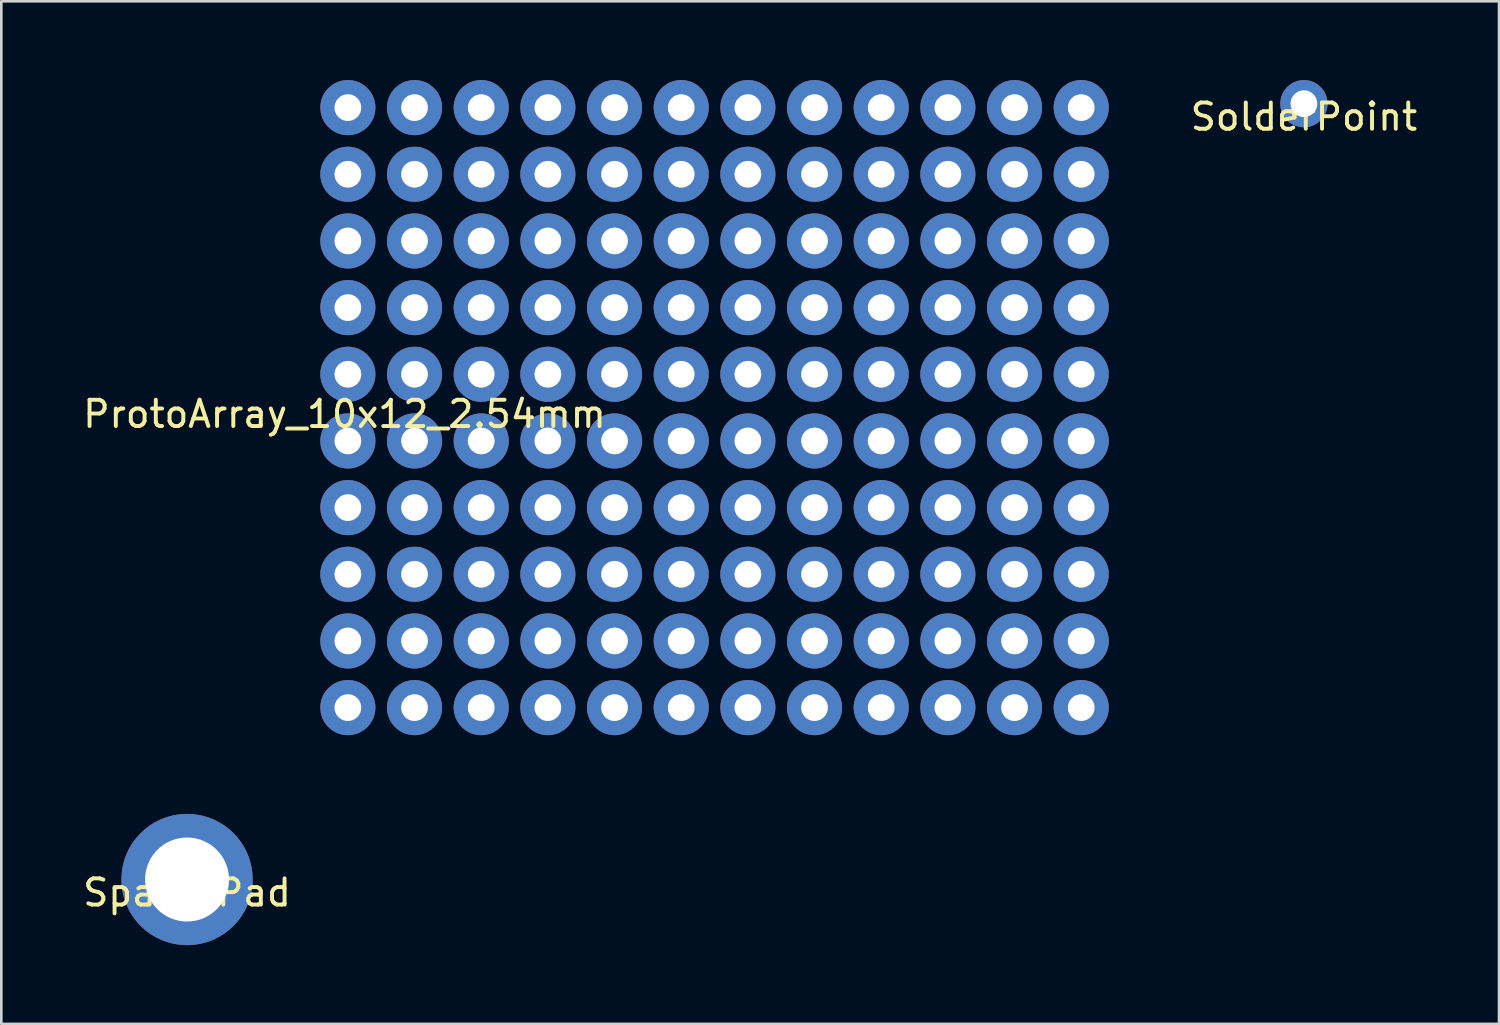
<source format=kicad_pcb>
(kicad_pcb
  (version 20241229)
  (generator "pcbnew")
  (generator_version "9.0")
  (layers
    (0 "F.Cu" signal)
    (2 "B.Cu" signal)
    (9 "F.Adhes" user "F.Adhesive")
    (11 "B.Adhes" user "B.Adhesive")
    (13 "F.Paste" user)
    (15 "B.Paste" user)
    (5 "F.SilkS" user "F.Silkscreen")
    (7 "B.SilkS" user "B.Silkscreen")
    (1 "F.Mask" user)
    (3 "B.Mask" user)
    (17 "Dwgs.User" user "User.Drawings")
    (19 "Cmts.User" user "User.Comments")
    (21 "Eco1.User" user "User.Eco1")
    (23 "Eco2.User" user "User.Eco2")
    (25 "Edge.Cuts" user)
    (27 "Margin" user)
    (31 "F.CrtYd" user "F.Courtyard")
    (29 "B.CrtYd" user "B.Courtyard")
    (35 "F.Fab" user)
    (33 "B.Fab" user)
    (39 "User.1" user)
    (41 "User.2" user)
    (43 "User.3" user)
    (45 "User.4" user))
  (footprint "SolderPoint"
    (layer "F.Cu")
    (at 46.629 0.9)
    (property "Reference" "SolderPoint" (at 0 0.5 0) (layer "F.SilkS") (effects (font (size 1 1) (thickness 0.15))))
    (attr through_hole)
    (pad "1" thru_hole circle (at 0 0) (size 1.8 1.8) (drill 1.02) (layers "*.Cu" "*.Mask")))
  (footprint "ProtoArray_10x12_2.54mm"
    (layer "F.Cu")
    (at 10.077 12.226)
    (property "Reference" "ProtoArray_10x12_2.54mm" (at 0 0.5 0) (layer "F.SilkS") (effects (font (size 1 1) (thickness 0.15))))
    (attr through_hole)
    (pad "1" thru_hole circle (at 0.127 -11.176) (size 2.1 2.1) (drill 1.02) (layers "*.Cu" "*.Mask"))
    (pad "2" thru_hole circle (at 2.667 -11.176) (size 2.1 2.1) (drill 1.02) (layers "*.Cu" "*.Mask"))
    (pad "3" thru_hole circle (at 5.207 -11.176) (size 2.1 2.1) (drill 1.02) (layers "*.Cu" "*.Mask"))
    (pad "4" thru_hole circle (at 7.747 -11.176) (size 2.1 2.1) (drill 1.02) (layers "*.Cu" "*.Mask"))
    (pad "5" thru_hole circle (at 10.287 -11.176) (size 2.1 2.1) (drill 1.02) (layers "*.Cu" "*.Mask"))
    (pad "6" thru_hole circle (at 12.827 -11.176) (size 2.1 2.1) (drill 1.02) (layers "*.Cu" "*.Mask"))
    (pad "7" thru_hole circle (at 15.367 -11.176) (size 2.1 2.1) (drill 1.02) (layers "*.Cu" "*.Mask"))
    (pad "8" thru_hole circle (at 17.907 -11.176) (size 2.1 2.1) (drill 1.02) (layers "*.Cu" "*.Mask"))
    (pad "9" thru_hole circle (at 20.447 -11.176) (size 2.1 2.1) (drill 1.02) (layers "*.Cu" "*.Mask"))
    (pad "10" thru_hole circle (at 22.987 -11.176) (size 2.1 2.1) (drill 1.02) (layers "*.Cu" "*.Mask"))
    (pad "11" thru_hole circle (at 25.527 -11.176) (size 2.1 2.1) (drill 1.02) (layers "*.Cu" "*.Mask"))
    (pad "12" thru_hole circle (at 28.067 -11.176) (size 2.1 2.1) (drill 1.02) (layers "*.Cu" "*.Mask"))
    (pad "13" thru_hole circle (at 0.127 -8.636) (size 2.1 2.1) (drill 1.02) (layers "*.Cu" "*.Mask"))
    (pad "14" thru_hole circle (at 2.667 -8.636) (size 2.1 2.1) (drill 1.02) (layers "*.Cu" "*.Mask"))
    (pad "15" thru_hole circle (at 5.207 -8.636) (size 2.1 2.1) (drill 1.02) (layers "*.Cu" "*.Mask"))
    (pad "16" thru_hole circle (at 7.747 -8.636) (size 2.1 2.1) (drill 1.02) (layers "*.Cu" "*.Mask"))
    (pad "17" thru_hole circle (at 10.287 -8.636) (size 2.1 2.1) (drill 1.02) (layers "*.Cu" "*.Mask"))
    (pad "18" thru_hole circle (at 12.827 -8.636) (size 2.1 2.1) (drill 1.02) (layers "*.Cu" "*.Mask"))
    (pad "19" thru_hole circle (at 15.367 -8.636) (size 2.1 2.1) (drill 1.02) (layers "*.Cu" "*.Mask"))
    (pad "20" thru_hole circle (at 17.907 -8.636) (size 2.1 2.1) (drill 1.02) (layers "*.Cu" "*.Mask"))
    (pad "21" thru_hole circle (at 20.447 -8.636) (size 2.1 2.1) (drill 1.02) (layers "*.Cu" "*.Mask"))
    (pad "22" thru_hole circle (at 22.987 -8.636) (size 2.1 2.1) (drill 1.02) (layers "*.Cu" "*.Mask"))
    (pad "23" thru_hole circle (at 25.527 -8.636) (size 2.1 2.1) (drill 1.02) (layers "*.Cu" "*.Mask"))
    (pad "24" thru_hole circle (at 28.067 -8.636) (size 2.1 2.1) (drill 1.02) (layers "*.Cu" "*.Mask"))
    (pad "25" thru_hole circle (at 0.127 -6.096) (size 2.1 2.1) (drill 1.02) (layers "*.Cu" "*.Mask"))
    (pad "26" thru_hole circle (at 2.667 -6.096) (size 2.1 2.1) (drill 1.02) (layers "*.Cu" "*.Mask"))
    (pad "27" thru_hole circle (at 5.207 -6.096) (size 2.1 2.1) (drill 1.02) (layers "*.Cu" "*.Mask"))
    (pad "28" thru_hole circle (at 7.747 -6.096) (size 2.1 2.1) (drill 1.02) (layers "*.Cu" "*.Mask"))
    (pad "29" thru_hole circle (at 10.287 -6.096) (size 2.1 2.1) (drill 1.02) (layers "*.Cu" "*.Mask"))
    (pad "30" thru_hole circle (at 12.827 -6.096) (size 2.1 2.1) (drill 1.02) (layers "*.Cu" "*.Mask"))
    (pad "31" thru_hole circle (at 15.367 -6.096) (size 2.1 2.1) (drill 1.02) (layers "*.Cu" "*.Mask"))
    (pad "32" thru_hole circle (at 17.907 -6.096) (size 2.1 2.1) (drill 1.02) (layers "*.Cu" "*.Mask"))
    (pad "33" thru_hole circle (at 20.447 -6.096) (size 2.1 2.1) (drill 1.02) (layers "*.Cu" "*.Mask"))
    (pad "34" thru_hole circle (at 22.987 -6.096) (size 2.1 2.1) (drill 1.02) (layers "*.Cu" "*.Mask"))
    (pad "35" thru_hole circle (at 25.527 -6.096) (size 2.1 2.1) (drill 1.02) (layers "*.Cu" "*.Mask"))
    (pad "36" thru_hole circle (at 28.067 -6.096) (size 2.1 2.1) (drill 1.02) (layers "*.Cu" "*.Mask"))
    (pad "37" thru_hole circle (at 0.127 -3.556) (size 2.1 2.1) (drill 1.02) (layers "*.Cu" "*.Mask"))
    (pad "38" thru_hole circle (at 2.667 -3.556) (size 2.1 2.1) (drill 1.02) (layers "*.Cu" "*.Mask"))
    (pad "39" thru_hole circle (at 5.207 -3.556) (size 2.1 2.1) (drill 1.02) (layers "*.Cu" "*.Mask"))
    (pad "40" thru_hole circle (at 7.747 -3.556) (size 2.1 2.1) (drill 1.02) (layers "*.Cu" "*.Mask"))
    (pad "41" thru_hole circle (at 10.287 -3.556) (size 2.1 2.1) (drill 1.02) (layers "*.Cu" "*.Mask"))
    (pad "42" thru_hole circle (at 12.827 -3.556) (size 2.1 2.1) (drill 1.02) (layers "*.Cu" "*.Mask"))
    (pad "43" thru_hole circle (at 15.367 -3.556) (size 2.1 2.1) (drill 1.02) (layers "*.Cu" "*.Mask"))
    (pad "44" thru_hole circle (at 17.907 -3.556) (size 2.1 2.1) (drill 1.02) (layers "*.Cu" "*.Mask"))
    (pad "45" thru_hole circle (at 20.447 -3.556) (size 2.1 2.1) (drill 1.02) (layers "*.Cu" "*.Mask"))
    (pad "46" thru_hole circle (at 22.987 -3.556) (size 2.1 2.1) (drill 1.02) (layers "*.Cu" "*.Mask"))
    (pad "47" thru_hole circle (at 25.527 -3.556) (size 2.1 2.1) (drill 1.02) (layers "*.Cu" "*.Mask"))
    (pad "48" thru_hole circle (at 28.067 -3.556) (size 2.1 2.1) (drill 1.02) (layers "*.Cu" "*.Mask"))
    (pad "49" thru_hole circle (at 0.127 -1.016) (size 2.1 2.1) (drill 1.02) (layers "*.Cu" "*.Mask"))
    (pad "50" thru_hole circle (at 2.667 -1.016) (size 2.1 2.1) (drill 1.02) (layers "*.Cu" "*.Mask"))
    (pad "51" thru_hole circle (at 5.207 -1.016) (size 2.1 2.1) (drill 1.02) (layers "*.Cu" "*.Mask"))
    (pad "52" thru_hole circle (at 7.747 -1.016) (size 2.1 2.1) (drill 1.02) (layers "*.Cu" "*.Mask"))
    (pad "53" thru_hole circle (at 10.287 -1.016) (size 2.1 2.1) (drill 1.02) (layers "*.Cu" "*.Mask"))
    (pad "54" thru_hole circle (at 12.827 -1.016) (size 2.1 2.1) (drill 1.02) (layers "*.Cu" "*.Mask"))
    (pad "55" thru_hole circle (at 15.367 -1.016) (size 2.1 2.1) (drill 1.02) (layers "*.Cu" "*.Mask"))
    (pad "56" thru_hole circle (at 17.907 -1.016) (size 2.1 2.1) (drill 1.02) (layers "*.Cu" "*.Mask"))
    (pad "57" thru_hole circle (at 20.447 -1.016) (size 2.1 2.1) (drill 1.02) (layers "*.Cu" "*.Mask"))
    (pad "58" thru_hole circle (at 22.987 -1.016) (size 2.1 2.1) (drill 1.02) (layers "*.Cu" "*.Mask"))
    (pad "59" thru_hole circle (at 25.527 -1.016) (size 2.1 2.1) (drill 1.02) (layers "*.Cu" "*.Mask"))
    (pad "60" thru_hole circle (at 28.067 -1.016) (size 2.1 2.1) (drill 1.02) (layers "*.Cu" "*.Mask"))
    (pad "61" thru_hole circle (at 0.127 1.524) (size 2.1 2.1) (drill 1.02) (layers "*.Cu" "*.Mask"))
    (pad "62" thru_hole circle (at 2.667 1.524) (size 2.1 2.1) (drill 1.02) (layers "*.Cu" "*.Mask"))
    (pad "63" thru_hole circle (at 5.207 1.524) (size 2.1 2.1) (drill 1.02) (layers "*.Cu" "*.Mask"))
    (pad "64" thru_hole circle (at 7.747 1.524) (size 2.1 2.1) (drill 1.02) (layers "*.Cu" "*.Mask"))
    (pad "65" thru_hole circle (at 10.287 1.524) (size 2.1 2.1) (drill 1.02) (layers "*.Cu" "*.Mask"))
    (pad "66" thru_hole circle (at 12.827 1.524) (size 2.1 2.1) (drill 1.02) (layers "*.Cu" "*.Mask"))
    (pad "67" thru_hole circle (at 15.367 1.524) (size 2.1 2.1) (drill 1.02) (layers "*.Cu" "*.Mask"))
    (pad "68" thru_hole circle (at 17.907 1.524) (size 2.1 2.1) (drill 1.02) (layers "*.Cu" "*.Mask"))
    (pad "69" thru_hole circle (at 20.447 1.524) (size 2.1 2.1) (drill 1.02) (layers "*.Cu" "*.Mask"))
    (pad "70" thru_hole circle (at 22.987 1.524) (size 2.1 2.1) (drill 1.02) (layers "*.Cu" "*.Mask"))
    (pad "71" thru_hole circle (at 25.527 1.524) (size 2.1 2.1) (drill 1.02) (layers "*.Cu" "*.Mask"))
    (pad "72" thru_hole circle (at 28.067 1.524) (size 2.1 2.1) (drill 1.02) (layers "*.Cu" "*.Mask"))
    (pad "73" thru_hole circle (at 0.127 4.064) (size 2.1 2.1) (drill 1.02) (layers "*.Cu" "*.Mask"))
    (pad "74" thru_hole circle (at 2.667 4.064) (size 2.1 2.1) (drill 1.02) (layers "*.Cu" "*.Mask"))
    (pad "75" thru_hole circle (at 5.207 4.064) (size 2.1 2.1) (drill 1.02) (layers "*.Cu" "*.Mask"))
    (pad "76" thru_hole circle (at 7.747 4.064) (size 2.1 2.1) (drill 1.02) (layers "*.Cu" "*.Mask"))
    (pad "77" thru_hole circle (at 10.287 4.064) (size 2.1 2.1) (drill 1.02) (layers "*.Cu" "*.Mask"))
    (pad "78" thru_hole circle (at 12.827 4.064) (size 2.1 2.1) (drill 1.02) (layers "*.Cu" "*.Mask"))
    (pad "79" thru_hole circle (at 15.367 4.064) (size 2.1 2.1) (drill 1.02) (layers "*.Cu" "*.Mask"))
    (pad "80" thru_hole circle (at 17.907 4.064) (size 2.1 2.1) (drill 1.02) (layers "*.Cu" "*.Mask"))
    (pad "81" thru_hole circle (at 20.447 4.064) (size 2.1 2.1) (drill 1.02) (layers "*.Cu" "*.Mask"))
    (pad "82" thru_hole circle (at 22.987 4.064) (size 2.1 2.1) (drill 1.02) (layers "*.Cu" "*.Mask"))
    (pad "83" thru_hole circle (at 25.527 4.064) (size 2.1 2.1) (drill 1.02) (layers "*.Cu" "*.Mask"))
    (pad "84" thru_hole circle (at 28.067 4.064) (size 2.1 2.1) (drill 1.02) (layers "*.Cu" "*.Mask"))
    (pad "85" thru_hole circle (at 0.127 6.604) (size 2.1 2.1) (drill 1.02) (layers "*.Cu" "*.Mask"))
    (pad "86" thru_hole circle (at 2.667 6.604) (size 2.1 2.1) (drill 1.02) (layers "*.Cu" "*.Mask"))
    (pad "87" thru_hole circle (at 5.207 6.604) (size 2.1 2.1) (drill 1.02) (layers "*.Cu" "*.Mask"))
    (pad "88" thru_hole circle (at 7.747 6.604) (size 2.1 2.1) (drill 1.02) (layers "*.Cu" "*.Mask"))
    (pad "89" thru_hole circle (at 10.287 6.604) (size 2.1 2.1) (drill 1.02) (layers "*.Cu" "*.Mask"))
    (pad "90" thru_hole circle (at 12.827 6.604) (size 2.1 2.1) (drill 1.02) (layers "*.Cu" "*.Mask"))
    (pad "91" thru_hole circle (at 15.367 6.604) (size 2.1 2.1) (drill 1.02) (layers "*.Cu" "*.Mask"))
    (pad "92" thru_hole circle (at 17.907 6.604) (size 2.1 2.1) (drill 1.02) (layers "*.Cu" "*.Mask"))
    (pad "93" thru_hole circle (at 20.447 6.604) (size 2.1 2.1) (drill 1.02) (layers "*.Cu" "*.Mask"))
    (pad "94" thru_hole circle (at 22.987 6.604) (size 2.1 2.1) (drill 1.02) (layers "*.Cu" "*.Mask"))
    (pad "95" thru_hole circle (at 25.527 6.604) (size 2.1 2.1) (drill 1.02) (layers "*.Cu" "*.Mask"))
    (pad "96" thru_hole circle (at 28.067 6.604) (size 2.1 2.1) (drill 1.02) (layers "*.Cu" "*.Mask"))
    (pad "97" thru_hole circle (at 0.127 9.144) (size 2.1 2.1) (drill 1.02) (layers "*.Cu" "*.Mask"))
    (pad "98" thru_hole circle (at 2.667 9.144) (size 2.1 2.1) (drill 1.02) (layers "*.Cu" "*.Mask"))
    (pad "99" thru_hole circle (at 5.207 9.144) (size 2.1 2.1) (drill 1.02) (layers "*.Cu" "*.Mask"))
    (pad "100" thru_hole circle (at 7.747 9.144) (size 2.1 2.1) (drill 1.02) (layers "*.Cu" "*.Mask"))
    (pad "101" thru_hole circle (at 10.287 9.144) (size 2.1 2.1) (drill 1.02) (layers "*.Cu" "*.Mask"))
    (pad "102" thru_hole circle (at 12.827 9.144) (size 2.1 2.1) (drill 1.02) (layers "*.Cu" "*.Mask"))
    (pad "103" thru_hole circle (at 15.367 9.144) (size 2.1 2.1) (drill 1.02) (layers "*.Cu" "*.Mask"))
    (pad "104" thru_hole circle (at 17.907 9.144) (size 2.1 2.1) (drill 1.02) (layers "*.Cu" "*.Mask"))
    (pad "105" thru_hole circle (at 20.447 9.144) (size 2.1 2.1) (drill 1.02) (layers "*.Cu" "*.Mask"))
    (pad "106" thru_hole circle (at 22.987 9.144) (size 2.1 2.1) (drill 1.02) (layers "*.Cu" "*.Mask"))
    (pad "107" thru_hole circle (at 25.527 9.144) (size 2.1 2.1) (drill 1.02) (layers "*.Cu" "*.Mask"))
    (pad "108" thru_hole circle (at 28.067 9.144) (size 2.1 2.1) (drill 1.02) (layers "*.Cu" "*.Mask"))
    (pad "109" thru_hole circle (at 0.127 11.684) (size 2.1 2.1) (drill 1.02) (layers "*.Cu" "*.Mask"))
    (pad "110" thru_hole circle (at 2.667 11.684) (size 2.1 2.1) (drill 1.02) (layers "*.Cu" "*.Mask"))
    (pad "111" thru_hole circle (at 5.207 11.684) (size 2.1 2.1) (drill 1.02) (layers "*.Cu" "*.Mask"))
    (pad "112" thru_hole circle (at 7.747 11.684) (size 2.1 2.1) (drill 1.02) (layers "*.Cu" "*.Mask"))
    (pad "113" thru_hole circle (at 10.287 11.684) (size 2.1 2.1) (drill 1.02) (layers "*.Cu" "*.Mask"))
    (pad "114" thru_hole circle (at 12.827 11.684) (size 2.1 2.1) (drill 1.02) (layers "*.Cu" "*.Mask"))
    (pad "115" thru_hole circle (at 15.367 11.684) (size 2.1 2.1) (drill 1.02) (layers "*.Cu" "*.Mask"))
    (pad "116" thru_hole circle (at 17.907 11.684) (size 2.1 2.1) (drill 1.02) (layers "*.Cu" "*.Mask"))
    (pad "117" thru_hole circle (at 20.447 11.684) (size 2.1 2.1) (drill 1.02) (layers "*.Cu" "*.Mask"))
    (pad "118" thru_hole circle (at 22.987 11.684) (size 2.1 2.1) (drill 1.02) (layers "*.Cu" "*.Mask"))
    (pad "119" thru_hole circle (at 25.527 11.684) (size 2.1 2.1) (drill 1.02) (layers "*.Cu" "*.Mask"))
    (pad "120" thru_hole circle (at 28.067 11.684) (size 2.1 2.1) (drill 1.02) (layers "*.Cu" "*.Mask")))
  (footprint "SpacerPad"
    (layer "F.Cu")
    (at 4.077 30.46)
    (property "Reference" "SpacerPad" (at 0 0.5 0) (layer "F.SilkS") (effects (font (size 1 1) (thickness 0.15))))
    (attr through_hole)
    (pad "1" thru_hole circle (at 0 0) (size 5 5) (drill 3.2) (layers "*.Cu" "*.Mask")))
  (gr_rect
    (start -3 -3)
    (end 54.063 35.96)
    (stroke (width 0.1) (type default))
    (fill no)
    (layer "Edge.Cuts")))
</source>
